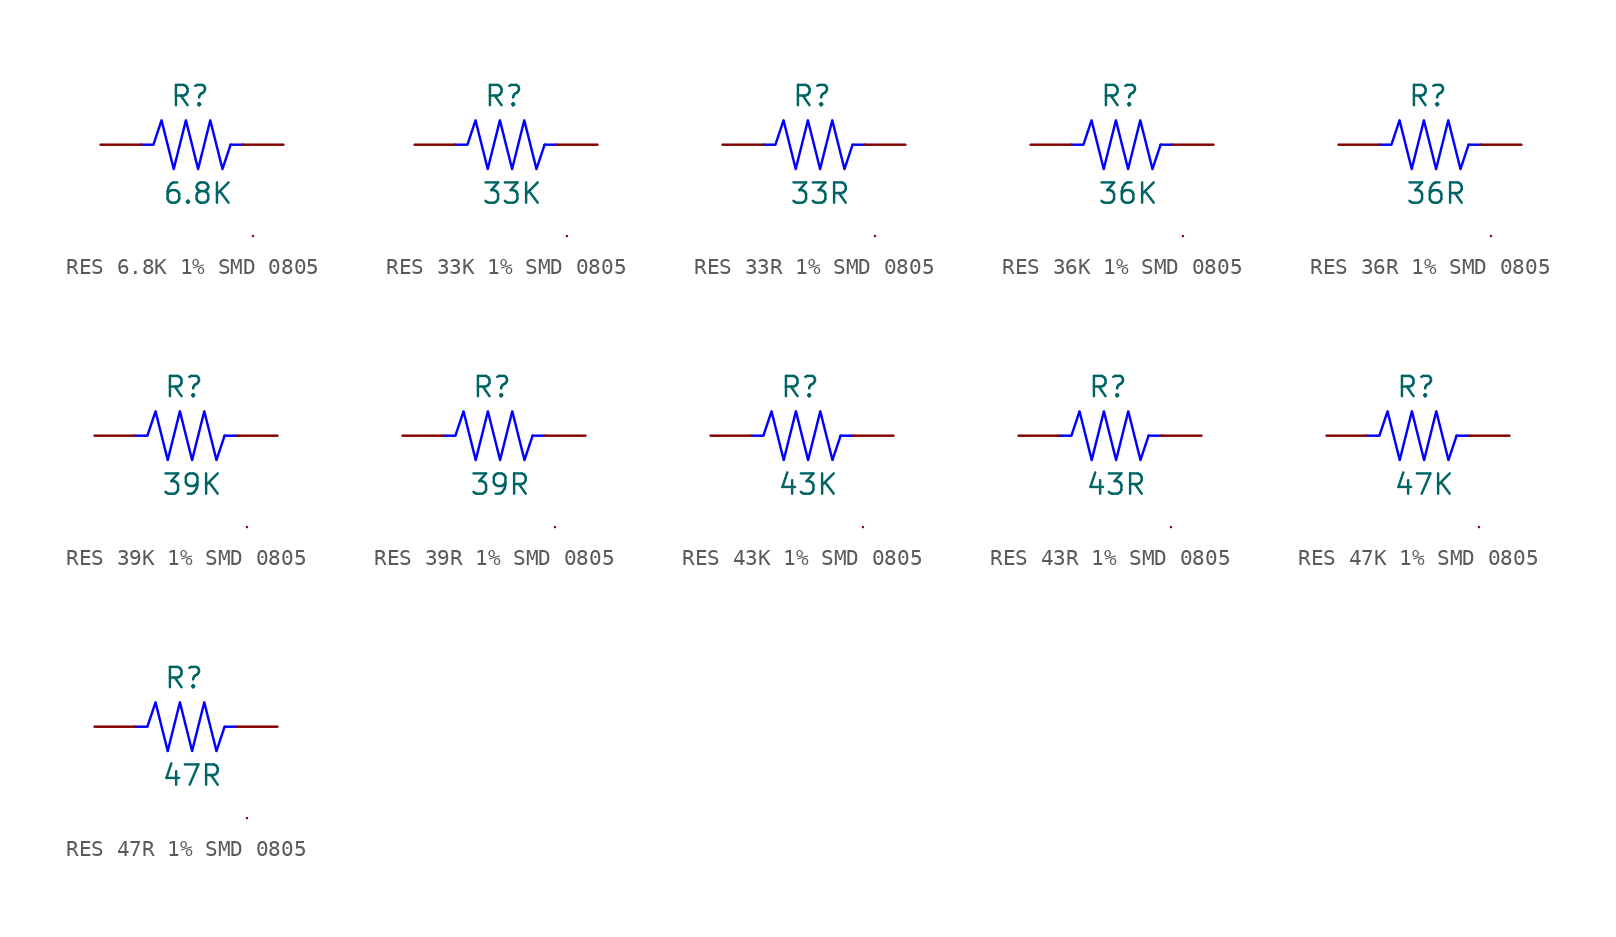
<source format=kicad_sym>
(kicad_symbol_lib
  (version 20231120)
  (generator "kicad_symbol_editor")
  (generator_version "8.0")
  (symbol "RES 6.8K 1% SMD 0805"
    (pin_numbers hide)
    (pin_names
      (offset 0) hide)
    (property "Reference" "R"
      (at -0.762 3.048 0)
      (effects (font (size 1.27 1.27))))
    (property "Value" "6.8K"
      (at -0.254 -3.048 0)
      (effects (font (size 1.27 1.27))))
    (symbol "RES 6.8K 1% SMD 0805_0_1"
      (polyline (pts (xy 1.778 0) (xy 2.54 0)) (stroke (width 0) (type default) (color 0 0 255 1)) (fill (type none)))
      (polyline (pts (xy 3.175 -5.715) (xy 3.175 -5.715)) (stroke (width 0) (type default)) (fill (type none)))
      (polyline (pts (xy -3.81 0) (xy -3.048 0) (xy -2.54 1.524) (xy -1.778 -1.524) (xy -1.016 1.524) (xy -0.254 -1.524) (xy 0.508 1.524) (xy 1.27 -1.524) (xy 1.778 0)) (stroke (width 0) (type default) (color 0 0 255 1)) (fill (type none))))
    (symbol "RES 6.8K 1% SMD 0805_1_1"
      (pin passive line (at -6.35 0 0) (length 2.54) (name "1" (effects (font (size 1.27 1.27)))) (number "1" (effects (font (size 1.27 1.27)))))
      (pin passive line (at 5.08 0 180) (length 2.54) (name "2" (effects (font (size 1.27 1.27)))) (number "2" (effects (font (size 1.27 1.27)))))))
  (symbol "RES 33K 1% SMD 0805"
    (pin_numbers hide)
    (pin_names
      (offset 0) hide)
    (property "Reference" "R"
      (at -0.762 3.048 0)
      (effects (font (size 1.27 1.27))))
    (property "Value" "33K"
      (at -0.254 -3.048 0)
      (effects (font (size 1.27 1.27))))
    (symbol "RES 33K 1% SMD 0805_0_1"
      (polyline (pts (xy 1.778 0) (xy 2.54 0)) (stroke (width 0) (type default) (color 0 0 255 1)) (fill (type none)))
      (polyline (pts (xy 3.175 -5.715) (xy 3.175 -5.715)) (stroke (width 0) (type default)) (fill (type none)))
      (polyline (pts (xy -3.81 0) (xy -3.048 0) (xy -2.54 1.524) (xy -1.778 -1.524) (xy -1.016 1.524) (xy -0.254 -1.524) (xy 0.508 1.524) (xy 1.27 -1.524) (xy 1.778 0)) (stroke (width 0) (type default) (color 0 0 255 1)) (fill (type none))))
    (symbol "RES 33K 1% SMD 0805_1_1"
      (pin passive line (at -6.35 0 0) (length 2.54) (name "1" (effects (font (size 1.27 1.27)))) (number "1" (effects (font (size 1.27 1.27)))))
      (pin passive line (at 5.08 0 180) (length 2.54) (name "2" (effects (font (size 1.27 1.27)))) (number "2" (effects (font (size 1.27 1.27)))))))
  (symbol "RES 33R 1% SMD 0805"
    (pin_numbers hide)
    (pin_names
      (offset 0) hide)
    (property "Reference" "R"
      (at -0.762 3.048 0)
      (effects (font (size 1.27 1.27))))
    (property "Value" "33R"
      (at -0.254 -3.048 0)
      (effects (font (size 1.27 1.27))))
    (symbol "RES 33R 1% SMD 0805_0_1"
      (polyline (pts (xy 1.778 0) (xy 2.54 0)) (stroke (width 0) (type default) (color 0 0 255 1)) (fill (type none)))
      (polyline (pts (xy 3.175 -5.715) (xy 3.175 -5.715)) (stroke (width 0) (type default)) (fill (type none)))
      (polyline (pts (xy -3.81 0) (xy -3.048 0) (xy -2.54 1.524) (xy -1.778 -1.524) (xy -1.016 1.524) (xy -0.254 -1.524) (xy 0.508 1.524) (xy 1.27 -1.524) (xy 1.778 0)) (stroke (width 0) (type default) (color 0 0 255 1)) (fill (type none))))
    (symbol "RES 33R 1% SMD 0805_1_1"
      (pin passive line (at -6.35 0 0) (length 2.54) (name "1" (effects (font (size 1.27 1.27)))) (number "1" (effects (font (size 1.27 1.27)))))
      (pin passive line (at 5.08 0 180) (length 2.54) (name "2" (effects (font (size 1.27 1.27)))) (number "2" (effects (font (size 1.27 1.27)))))))
  (symbol "RES 36K 1% SMD 0805"
    (pin_numbers hide)
    (pin_names
      (offset 0) hide)
    (property "Reference" "R"
      (at -0.762 3.048 0)
      (effects (font (size 1.27 1.27))))
    (property "Value" "36K"
      (at -0.254 -3.048 0)
      (effects (font (size 1.27 1.27))))
    (symbol "RES 36K 1% SMD 0805_0_1"
      (polyline (pts (xy 1.778 0) (xy 2.54 0)) (stroke (width 0) (type default) (color 0 0 255 1)) (fill (type none)))
      (polyline (pts (xy 3.175 -5.715) (xy 3.175 -5.715)) (stroke (width 0) (type default)) (fill (type none)))
      (polyline (pts (xy -3.81 0) (xy -3.048 0) (xy -2.54 1.524) (xy -1.778 -1.524) (xy -1.016 1.524) (xy -0.254 -1.524) (xy 0.508 1.524) (xy 1.27 -1.524) (xy 1.778 0)) (stroke (width 0) (type default) (color 0 0 255 1)) (fill (type none))))
    (symbol "RES 36K 1% SMD 0805_1_1"
      (pin passive line (at -6.35 0 0) (length 2.54) (name "1" (effects (font (size 1.27 1.27)))) (number "1" (effects (font (size 1.27 1.27)))))
      (pin passive line (at 5.08 0 180) (length 2.54) (name "2" (effects (font (size 1.27 1.27)))) (number "2" (effects (font (size 1.27 1.27)))))))
  (symbol "RES 36R 1% SMD 0805"
    (pin_numbers hide)
    (pin_names
      (offset 0) hide)
    (property "Reference" "R"
      (at -0.762 3.048 0)
      (effects (font (size 1.27 1.27))))
    (property "Value" "36R"
      (at -0.254 -3.048 0)
      (effects (font (size 1.27 1.27))))
    (symbol "RES 36R 1% SMD 0805_0_1"
      (polyline (pts (xy 1.778 0) (xy 2.54 0)) (stroke (width 0) (type default) (color 0 0 255 1)) (fill (type none)))
      (polyline (pts (xy 3.175 -5.715) (xy 3.175 -5.715)) (stroke (width 0) (type default)) (fill (type none)))
      (polyline (pts (xy -3.81 0) (xy -3.048 0) (xy -2.54 1.524) (xy -1.778 -1.524) (xy -1.016 1.524) (xy -0.254 -1.524) (xy 0.508 1.524) (xy 1.27 -1.524) (xy 1.778 0)) (stroke (width 0) (type default) (color 0 0 255 1)) (fill (type none))))
    (symbol "RES 36R 1% SMD 0805_1_1"
      (pin passive line (at -6.35 0 0) (length 2.54) (name "1" (effects (font (size 1.27 1.27)))) (number "1" (effects (font (size 1.27 1.27)))))
      (pin passive line (at 5.08 0 180) (length 2.54) (name "2" (effects (font (size 1.27 1.27)))) (number "2" (effects (font (size 1.27 1.27)))))))
  (symbol "RES 39K 1% SMD 0805"
    (pin_numbers hide)
    (pin_names
      (offset 0) hide)
    (property "Reference" "R"
      (at -0.762 3.048 0)
      (effects (font (size 1.27 1.27))))
    (property "Value" "39K"
      (at -0.254 -3.048 0)
      (effects (font (size 1.27 1.27))))
    (symbol "RES 39K 1% SMD 0805_0_1"
      (polyline (pts (xy 1.778 0) (xy 2.54 0)) (stroke (width 0) (type default) (color 0 0 255 1)) (fill (type none)))
      (polyline (pts (xy 3.175 -5.715) (xy 3.175 -5.715)) (stroke (width 0) (type default)) (fill (type none)))
      (polyline (pts (xy -3.81 0) (xy -3.048 0) (xy -2.54 1.524) (xy -1.778 -1.524) (xy -1.016 1.524) (xy -0.254 -1.524) (xy 0.508 1.524) (xy 1.27 -1.524) (xy 1.778 0)) (stroke (width 0) (type default) (color 0 0 255 1)) (fill (type none))))
    (symbol "RES 39K 1% SMD 0805_1_1"
      (pin passive line (at -6.35 0 0) (length 2.54) (name "1" (effects (font (size 1.27 1.27)))) (number "1" (effects (font (size 1.27 1.27)))))
      (pin passive line (at 5.08 0 180) (length 2.54) (name "2" (effects (font (size 1.27 1.27)))) (number "2" (effects (font (size 1.27 1.27)))))))
  (symbol "RES 39R 1% SMD 0805"
    (pin_numbers hide)
    (pin_names
      (offset 0) hide)
    (property "Reference" "R"
      (at -0.762 3.048 0)
      (effects (font (size 1.27 1.27))))
    (property "Value" "39R"
      (at -0.254 -3.048 0)
      (effects (font (size 1.27 1.27))))
    (symbol "RES 39R 1% SMD 0805_0_1"
      (polyline (pts (xy 1.778 0) (xy 2.54 0)) (stroke (width 0) (type default) (color 0 0 255 1)) (fill (type none)))
      (polyline (pts (xy 3.175 -5.715) (xy 3.175 -5.715)) (stroke (width 0) (type default)) (fill (type none)))
      (polyline (pts (xy -3.81 0) (xy -3.048 0) (xy -2.54 1.524) (xy -1.778 -1.524) (xy -1.016 1.524) (xy -0.254 -1.524) (xy 0.508 1.524) (xy 1.27 -1.524) (xy 1.778 0)) (stroke (width 0) (type default) (color 0 0 255 1)) (fill (type none))))
    (symbol "RES 39R 1% SMD 0805_1_1"
      (pin passive line (at -6.35 0 0) (length 2.54) (name "1" (effects (font (size 1.27 1.27)))) (number "1" (effects (font (size 1.27 1.27)))))
      (pin passive line (at 5.08 0 180) (length 2.54) (name "2" (effects (font (size 1.27 1.27)))) (number "2" (effects (font (size 1.27 1.27)))))))
  (symbol "RES 43K 1% SMD 0805"
    (pin_numbers hide)
    (pin_names
      (offset 0) hide)
    (property "Reference" "R"
      (at -0.762 3.048 0)
      (effects (font (size 1.27 1.27))))
    (property "Value" "43K"
      (at -0.254 -3.048 0)
      (effects (font (size 1.27 1.27))))
    (symbol "RES 43K 1% SMD 0805_0_1"
      (polyline (pts (xy 1.778 0) (xy 2.54 0)) (stroke (width 0) (type default) (color 0 0 255 1)) (fill (type none)))
      (polyline (pts (xy 3.175 -5.715) (xy 3.175 -5.715)) (stroke (width 0) (type default)) (fill (type none)))
      (polyline (pts (xy -3.81 0) (xy -3.048 0) (xy -2.54 1.524) (xy -1.778 -1.524) (xy -1.016 1.524) (xy -0.254 -1.524) (xy 0.508 1.524) (xy 1.27 -1.524) (xy 1.778 0)) (stroke (width 0) (type default) (color 0 0 255 1)) (fill (type none))))
    (symbol "RES 43K 1% SMD 0805_1_1"
      (pin passive line (at -6.35 0 0) (length 2.54) (name "1" (effects (font (size 1.27 1.27)))) (number "1" (effects (font (size 1.27 1.27)))))
      (pin passive line (at 5.08 0 180) (length 2.54) (name "2" (effects (font (size 1.27 1.27)))) (number "2" (effects (font (size 1.27 1.27)))))))
  (symbol "RES 43R 1% SMD 0805"
    (pin_numbers hide)
    (pin_names
      (offset 0) hide)
    (property "Reference" "R"
      (at -0.762 3.048 0)
      (effects (font (size 1.27 1.27))))
    (property "Value" "43R"
      (at -0.254 -3.048 0)
      (effects (font (size 1.27 1.27))))
    (symbol "RES 43R 1% SMD 0805_0_1"
      (polyline (pts (xy 1.778 0) (xy 2.54 0)) (stroke (width 0) (type default) (color 0 0 255 1)) (fill (type none)))
      (polyline (pts (xy 3.175 -5.715) (xy 3.175 -5.715)) (stroke (width 0) (type default)) (fill (type none)))
      (polyline (pts (xy -3.81 0) (xy -3.048 0) (xy -2.54 1.524) (xy -1.778 -1.524) (xy -1.016 1.524) (xy -0.254 -1.524) (xy 0.508 1.524) (xy 1.27 -1.524) (xy 1.778 0)) (stroke (width 0) (type default) (color 0 0 255 1)) (fill (type none))))
    (symbol "RES 43R 1% SMD 0805_1_1"
      (pin passive line (at -6.35 0 0) (length 2.54) (name "1" (effects (font (size 1.27 1.27)))) (number "1" (effects (font (size 1.27 1.27)))))
      (pin passive line (at 5.08 0 180) (length 2.54) (name "2" (effects (font (size 1.27 1.27)))) (number "2" (effects (font (size 1.27 1.27)))))))
  (symbol "RES 47K 1% SMD 0805"
    (pin_numbers hide)
    (pin_names
      (offset 0) hide)
    (property "Reference" "R"
      (at -0.762 3.048 0)
      (effects (font (size 1.27 1.27))))
    (property "Value" "47K"
      (at -0.254 -3.048 0)
      (effects (font (size 1.27 1.27))))
    (symbol "RES 47K 1% SMD 0805_0_1"
      (polyline (pts (xy 1.778 0) (xy 2.54 0)) (stroke (width 0) (type default) (color 0 0 255 1)) (fill (type none)))
      (polyline (pts (xy 3.175 -5.715) (xy 3.175 -5.715)) (stroke (width 0) (type default)) (fill (type none)))
      (polyline (pts (xy -3.81 0) (xy -3.048 0) (xy -2.54 1.524) (xy -1.778 -1.524) (xy -1.016 1.524) (xy -0.254 -1.524) (xy 0.508 1.524) (xy 1.27 -1.524) (xy 1.778 0)) (stroke (width 0) (type default) (color 0 0 255 1)) (fill (type none))))
    (symbol "RES 47K 1% SMD 0805_1_1"
      (pin passive line (at -6.35 0 0) (length 2.54) (name "1" (effects (font (size 1.27 1.27)))) (number "1" (effects (font (size 1.27 1.27)))))
      (pin passive line (at 5.08 0 180) (length 2.54) (name "2" (effects (font (size 1.27 1.27)))) (number "2" (effects (font (size 1.27 1.27)))))))
  (symbol "RES 47R 1% SMD 0805"
    (pin_numbers hide)
    (pin_names
      (offset 0) hide)
    (property "Reference" "R"
      (at -0.762 3.048 0)
      (effects (font (size 1.27 1.27))))
    (property "Value" "47R"
      (at -0.254 -3.048 0)
      (effects (font (size 1.27 1.27))))
    (symbol "RES 47R 1% SMD 0805_0_1"
      (polyline (pts (xy 1.778 0) (xy 2.54 0)) (stroke (width 0) (type default) (color 0 0 255 1)) (fill (type none)))
      (polyline (pts (xy 3.175 -5.715) (xy 3.175 -5.715)) (stroke (width 0) (type default)) (fill (type none)))
      (polyline (pts (xy -3.81 0) (xy -3.048 0) (xy -2.54 1.524) (xy -1.778 -1.524) (xy -1.016 1.524) (xy -0.254 -1.524) (xy 0.508 1.524) (xy 1.27 -1.524) (xy 1.778 0)) (stroke (width 0) (type default) (color 0 0 255 1)) (fill (type none))))
    (symbol "RES 47R 1% SMD 0805_1_1"
      (pin passive line (at -6.35 0 0) (length 2.54) (name "1" (effects (font (size 1.27 1.27)))) (number "1" (effects (font (size 1.27 1.27)))))
      (pin passive line (at 5.08 0 180) (length 2.54) (name "2" (effects (font (size 1.27 1.27)))) (number "2" (effects (font (size 1.27 1.27))))))))
</source>
